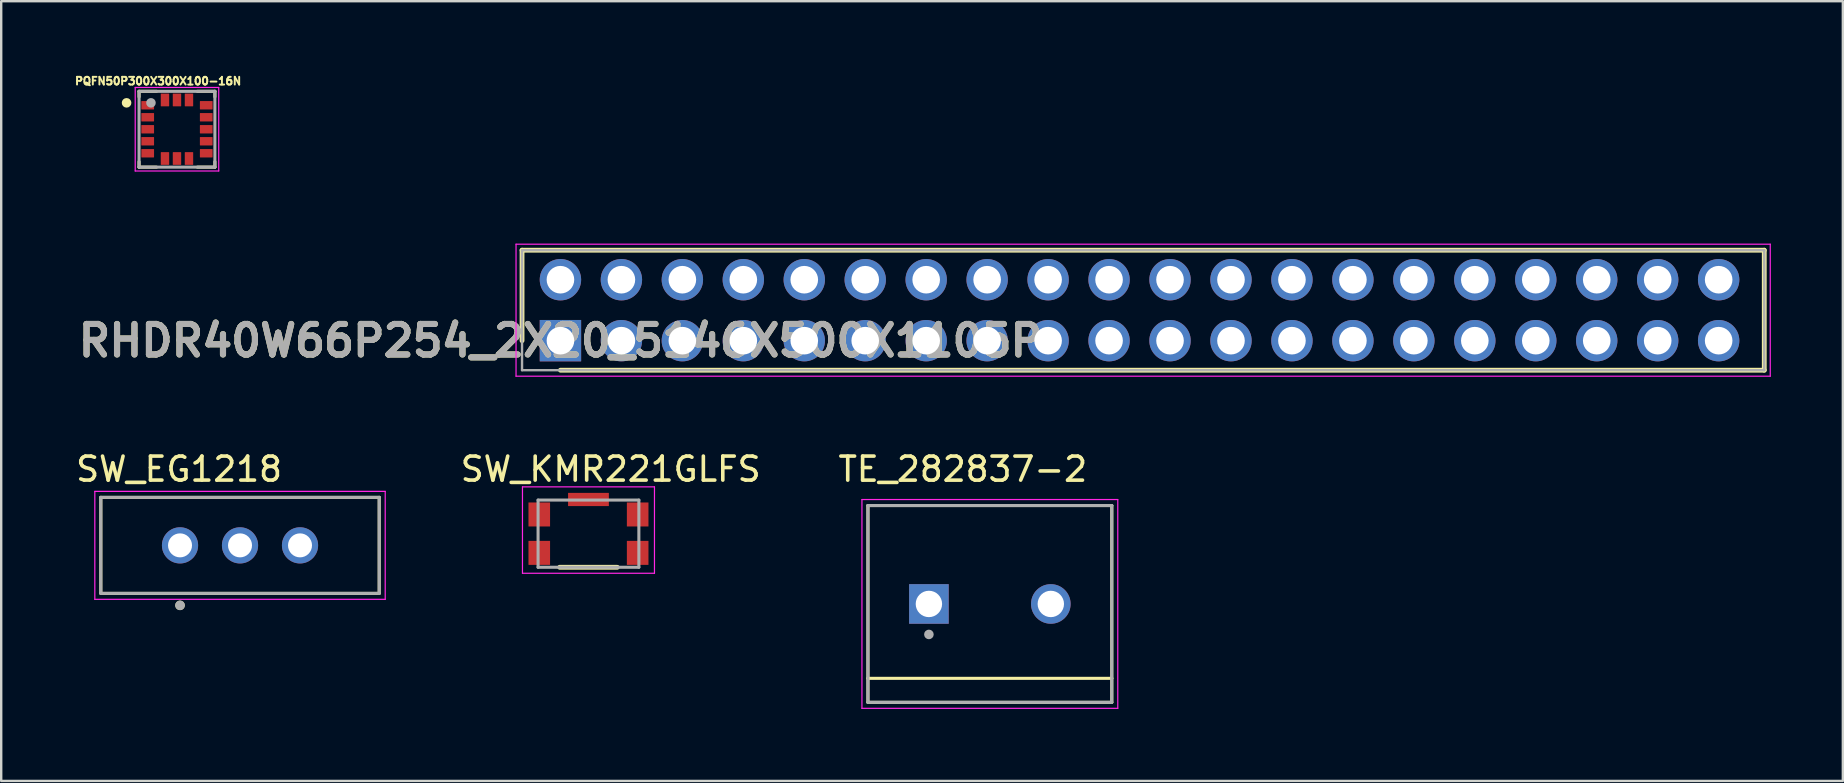
<source format=kicad_pcb>
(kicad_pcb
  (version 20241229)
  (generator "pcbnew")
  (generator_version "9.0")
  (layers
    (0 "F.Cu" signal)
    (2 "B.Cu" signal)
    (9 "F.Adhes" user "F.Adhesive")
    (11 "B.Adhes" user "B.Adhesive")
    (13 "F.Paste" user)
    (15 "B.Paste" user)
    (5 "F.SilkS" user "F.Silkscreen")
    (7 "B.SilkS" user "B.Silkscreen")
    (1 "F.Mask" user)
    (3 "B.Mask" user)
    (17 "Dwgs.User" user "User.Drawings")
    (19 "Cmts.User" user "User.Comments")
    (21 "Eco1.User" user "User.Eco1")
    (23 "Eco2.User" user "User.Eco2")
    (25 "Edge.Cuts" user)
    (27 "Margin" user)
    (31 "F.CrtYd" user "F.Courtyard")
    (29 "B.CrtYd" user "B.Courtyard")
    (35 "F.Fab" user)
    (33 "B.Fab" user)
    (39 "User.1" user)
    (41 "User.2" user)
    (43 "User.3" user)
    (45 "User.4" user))
  (footprint "RHDR40W66P254_2X20_5146X500X1105P"
    (layer "F.Cu")
    (at 20.302 11.145)
    (property "Reference" "RHDR40W66P254_2X20_5146X500X1105P" (at 0 0 0) (layer "F.SilkS") (effects (font (size 1.27 1.27) (thickness 0.254))))
    (attr through_hole)
    (fp_line (start -1.6 -3.77) (end -1.6 0) (stroke (width 0.2) (type solid)) (layer "F.SilkS"))
    (fp_line (start 0 1.23) (end 50.16 1.23) (stroke (width 0.2) (type solid)) (layer "F.SilkS"))
    (fp_line (start 50.16 -3.77) (end -1.6 -3.77) (stroke (width 0.2) (type solid)) (layer "F.SilkS"))
    (fp_line (start 50.16 1.23) (end 50.16 -3.77) (stroke (width 0.2) (type solid)) (layer "F.SilkS"))
    (fp_line (start -1.85 -4.02) (end 50.41 -4.02) (stroke (width 0.05) (type solid)) (layer "F.CrtYd"))
    (fp_line (start -1.85 1.48) (end -1.85 -4.02) (stroke (width 0.05) (type solid)) (layer "F.CrtYd"))
    (fp_line (start 50.41 -4.02) (end 50.41 1.48) (stroke (width 0.05) (type solid)) (layer "F.CrtYd"))
    (fp_line (start 50.41 1.48) (end -1.85 1.48) (stroke (width 0.05) (type solid)) (layer "F.CrtYd"))
    (fp_line (start -1.6 -3.77) (end 50.16 -3.77) (stroke (width 0.1) (type solid)) (layer "F.Fab"))
    (fp_line (start -1.6 1.23) (end -1.6 -3.77) (stroke (width 0.1) (type solid)) (layer "F.Fab"))
    (fp_line (start 50.16 -3.77) (end 50.16 1.23) (stroke (width 0.1) (type solid)) (layer "F.Fab"))
    (fp_line (start 50.16 1.23) (end -1.6 1.23) (stroke (width 0.1) (type solid)) (layer "F.Fab"))
    (fp_text user "${REFERENCE}" (at 0 0 0) (layer "F.Fab") (effects (font (size 1.27 1.27) (thickness 0.254))))
    (pad "1" thru_hole rect (at 0 0) (size 1.725 1.725) (drill 1.15) (layers "*.Cu" "*.Mask"))
    (pad "2" thru_hole circle (at 0 -2.54) (size 1.725 1.725) (drill 1.15) (layers "*.Cu" "*.Mask"))
    (pad "3" thru_hole circle (at 2.54 0) (size 1.725 1.725) (drill 1.15) (layers "*.Cu" "*.Mask"))
    (pad "4" thru_hole circle (at 2.54 -2.54) (size 1.725 1.725) (drill 1.15) (layers "*.Cu" "*.Mask"))
    (pad "5" thru_hole circle (at 5.08 0) (size 1.725 1.725) (drill 1.15) (layers "*.Cu" "*.Mask"))
    (pad "6" thru_hole circle (at 5.08 -2.54) (size 1.725 1.725) (drill 1.15) (layers "*.Cu" "*.Mask"))
    (pad "7" thru_hole circle (at 7.62 0) (size 1.725 1.725) (drill 1.15) (layers "*.Cu" "*.Mask"))
    (pad "8" thru_hole circle (at 7.62 -2.54) (size 1.725 1.725) (drill 1.15) (layers "*.Cu" "*.Mask"))
    (pad "9" thru_hole circle (at 10.16 0) (size 1.725 1.725) (drill 1.15) (layers "*.Cu" "*.Mask"))
    (pad "10" thru_hole circle (at 10.16 -2.54) (size 1.725 1.725) (drill 1.15) (layers "*.Cu" "*.Mask"))
    (pad "11" thru_hole circle (at 12.7 0) (size 1.725 1.725) (drill 1.15) (layers "*.Cu" "*.Mask"))
    (pad "12" thru_hole circle (at 12.7 -2.54) (size 1.725 1.725) (drill 1.15) (layers "*.Cu" "*.Mask"))
    (pad "13" thru_hole circle (at 15.24 0) (size 1.725 1.725) (drill 1.15) (layers "*.Cu" "*.Mask"))
    (pad "14" thru_hole circle (at 15.24 -2.54) (size 1.725 1.725) (drill 1.15) (layers "*.Cu" "*.Mask"))
    (pad "15" thru_hole circle (at 17.78 0) (size 1.725 1.725) (drill 1.15) (layers "*.Cu" "*.Mask"))
    (pad "16" thru_hole circle (at 17.78 -2.54) (size 1.725 1.725) (drill 1.15) (layers "*.Cu" "*.Mask"))
    (pad "17" thru_hole circle (at 20.32 0) (size 1.725 1.725) (drill 1.15) (layers "*.Cu" "*.Mask"))
    (pad "18" thru_hole circle (at 20.32 -2.54) (size 1.725 1.725) (drill 1.15) (layers "*.Cu" "*.Mask"))
    (pad "19" thru_hole circle (at 22.86 0) (size 1.725 1.725) (drill 1.15) (layers "*.Cu" "*.Mask"))
    (pad "20" thru_hole circle (at 22.86 -2.54) (size 1.725 1.725) (drill 1.15) (layers "*.Cu" "*.Mask"))
    (pad "21" thru_hole circle (at 25.4 0) (size 1.725 1.725) (drill 1.15) (layers "*.Cu" "*.Mask"))
    (pad "22" thru_hole circle (at 25.4 -2.54) (size 1.725 1.725) (drill 1.15) (layers "*.Cu" "*.Mask"))
    (pad "23" thru_hole circle (at 27.94 0) (size 1.725 1.725) (drill 1.15) (layers "*.Cu" "*.Mask"))
    (pad "24" thru_hole circle (at 27.94 -2.54) (size 1.725 1.725) (drill 1.15) (layers "*.Cu" "*.Mask"))
    (pad "25" thru_hole circle (at 30.48 0) (size 1.725 1.725) (drill 1.15) (layers "*.Cu" "*.Mask"))
    (pad "26" thru_hole circle (at 30.48 -2.54) (size 1.725 1.725) (drill 1.15) (layers "*.Cu" "*.Mask"))
    (pad "27" thru_hole circle (at 33.02 0) (size 1.725 1.725) (drill 1.15) (layers "*.Cu" "*.Mask"))
    (pad "28" thru_hole circle (at 33.02 -2.54) (size 1.725 1.725) (drill 1.15) (layers "*.Cu" "*.Mask"))
    (pad "29" thru_hole circle (at 35.56 0) (size 1.725 1.725) (drill 1.15) (layers "*.Cu" "*.Mask"))
    (pad "30" thru_hole circle (at 35.56 -2.54) (size 1.725 1.725) (drill 1.15) (layers "*.Cu" "*.Mask"))
    (pad "31" thru_hole circle (at 38.1 0) (size 1.725 1.725) (drill 1.15) (layers "*.Cu" "*.Mask"))
    (pad "32" thru_hole circle (at 38.1 -2.54) (size 1.725 1.725) (drill 1.15) (layers "*.Cu" "*.Mask"))
    (pad "33" thru_hole circle (at 40.64 0) (size 1.725 1.725) (drill 1.15) (layers "*.Cu" "*.Mask"))
    (pad "34" thru_hole circle (at 40.64 -2.54) (size 1.725 1.725) (drill 1.15) (layers "*.Cu" "*.Mask"))
    (pad "35" thru_hole circle (at 43.18 0) (size 1.725 1.725) (drill 1.15) (layers "*.Cu" "*.Mask"))
    (pad "36" thru_hole circle (at 43.18 -2.54) (size 1.725 1.725) (drill 1.15) (layers "*.Cu" "*.Mask"))
    (pad "37" thru_hole circle (at 45.72 0) (size 1.725 1.725) (drill 1.15) (layers "*.Cu" "*.Mask"))
    (pad "38" thru_hole circle (at 45.72 -2.54) (size 1.725 1.725) (drill 1.15) (layers "*.Cu" "*.Mask"))
    (pad "39" thru_hole circle (at 48.26 0) (size 1.725 1.725) (drill 1.15) (layers "*.Cu" "*.Mask"))
    (pad "40" thru_hole circle (at 48.26 -2.54) (size 1.725 1.725) (drill 1.15) (layers "*.Cu" "*.Mask")))
  (footprint "SW_KMR221GLFS"
    (layer "F.Cu")
    (at 21.47 19.187)
    (property "Reference" "SW_KMR221GLFS" (at 0.926 -2.688 0) (layer "F.SilkS") (effects (font (size 1.001 1.001) (thickness 0.15))))
    (attr smd)
    (fp_line (start -1.2 1.4) (end 1.2 1.4) (stroke (width 0.2) (type solid)) (layer "F.SilkS"))
    (fp_line (start -2.75 -1.95) (end 2.75 -1.95) (stroke (width 0.05) (type solid)) (layer "F.CrtYd"))
    (fp_line (start -2.75 1.65) (end -2.75 -1.95) (stroke (width 0.05) (type solid)) (layer "F.CrtYd"))
    (fp_line (start 2.75 -1.95) (end 2.75 1.65) (stroke (width 0.05) (type solid)) (layer "F.CrtYd"))
    (fp_line (start 2.75 1.65) (end -2.75 1.65) (stroke (width 0.05) (type solid)) (layer "F.CrtYd"))
    (fp_line (start -2.1 -1.4) (end 2.1 -1.4) (stroke (width 0.127) (type solid)) (layer "F.Fab"))
    (fp_line (start -2.1 1.4) (end -2.1 -1.4) (stroke (width 0.127) (type solid)) (layer "F.Fab"))
    (fp_line (start 2.1 -1.4) (end 2.1 1.4) (stroke (width 0.127) (type solid)) (layer "F.Fab"))
    (fp_line (start 2.1 1.4) (end -2.1 1.4) (stroke (width 0.127) (type solid)) (layer "F.Fab"))
    (pad "1" smd rect (at -2.05 -0.8) (size 0.9 1) (layers "F.Cu" "F.Mask" "F.Paste"))
    (pad "2" smd rect (at -2.05 0.8) (size 0.9 1) (layers "F.Cu" "F.Mask" "F.Paste"))
    (pad "3" smd rect (at 2.05 0.8) (size 0.9 1) (layers "F.Cu" "F.Mask" "F.Paste"))
    (pad "4" smd rect (at 2.05 -0.8) (size 0.9 1) (layers "F.Cu" "F.Mask" "F.Paste"))
    (pad "5" smd rect (at 0 -1.425) (size 1.7 0.55) (layers "F.Cu" "F.Mask" "F.Paste")))
  (footprint "PQFN50P300X300X100-16N"
    (layer "F.Cu")
    (at 4.324 2.335)
    (property "Reference" "PQFN50P300X300X100-16N" (at -0.786 -2.007 0) (layer "F.SilkS") (effects (font (size 0.321 0.321) (thickness 0.15))))
    (attr smd)
    (fp_line (start -1.58 -1.58) (end -0.85 -1.58) (stroke (width 0.127) (type solid)) (layer "F.SilkS"))
    (fp_line (start -1.58 -1.35) (end -1.58 -1.58) (stroke (width 0.127) (type solid)) (layer "F.SilkS"))
    (fp_line (start -1.58 1.35) (end -1.58 1.58) (stroke (width 0.127) (type solid)) (layer "F.SilkS"))
    (fp_line (start -1.58 1.58) (end -0.85 1.58) (stroke (width 0.127) (type solid)) (layer "F.SilkS"))
    (fp_line (start 0.85 -1.58) (end 1.58 -1.58) (stroke (width 0.127) (type solid)) (layer "F.SilkS"))
    (fp_line (start 0.85 1.58) (end 1.58 1.58) (stroke (width 0.127) (type solid)) (layer "F.SilkS"))
    (fp_line (start 1.58 -1.58) (end 1.58 -1.35) (stroke (width 0.127) (type solid)) (layer "F.SilkS"))
    (fp_line (start 1.58 1.58) (end 1.58 1.35) (stroke (width 0.127) (type solid)) (layer "F.SilkS"))
    (fp_circle (center -2.1 -1.1) (end -2 -1.1) (stroke (width 0.2) (type solid)) (fill no) (layer "F.SilkS"))
    (fp_line (start -1.74 -1.74) (end 1.74 -1.74) (stroke (width 0.05) (type solid)) (layer "F.CrtYd"))
    (fp_line (start -1.74 1.74) (end -1.74 -1.74) (stroke (width 0.05) (type solid)) (layer "F.CrtYd"))
    (fp_line (start 1.74 -1.74) (end 1.74 1.74) (stroke (width 0.05) (type solid)) (layer "F.CrtYd"))
    (fp_line (start 1.74 1.74) (end -1.74 1.74) (stroke (width 0.05) (type solid)) (layer "F.CrtYd"))
    (fp_line (start -1.58 -1.58) (end 1.58 -1.58) (stroke (width 0.127) (type solid)) (layer "F.Fab"))
    (fp_line (start -1.58 1.58) (end -1.58 -1.58) (stroke (width 0.127) (type solid)) (layer "F.Fab"))
    (fp_line (start 1.58 -1.58) (end 1.58 1.58) (stroke (width 0.127) (type solid)) (layer "F.Fab"))
    (fp_line (start 1.58 1.58) (end -1.58 1.58) (stroke (width 0.127) (type solid)) (layer "F.Fab"))
    (fp_circle (center -1.084 -1.1) (end -0.984 -1.1) (stroke (width 0.2) (type solid)) (fill no) (layer "F.Fab"))
    (pad "1" smd roundrect (at -1.22 -1) (size 0.53 0.35) (layers "F.Cu" "F.Mask" "F.Paste") (roundrect_rratio 0.045))
    (pad "2" smd roundrect (at -1.22 -0.5) (size 0.53 0.35) (layers "F.Cu" "F.Mask" "F.Paste") (roundrect_rratio 0.045))
    (pad "3" smd roundrect (at -1.22 0) (size 0.53 0.35) (layers "F.Cu" "F.Mask" "F.Paste") (roundrect_rratio 0.045))
    (pad "4" smd roundrect (at -1.22 0.5) (size 0.53 0.35) (layers "F.Cu" "F.Mask" "F.Paste") (roundrect_rratio 0.045))
    (pad "5" smd roundrect (at -1.22 1) (size 0.53 0.35) (layers "F.Cu" "F.Mask" "F.Paste") (roundrect_rratio 0.045))
    (pad "6" smd roundrect (at -0.5 1.22) (size 0.35 0.53) (layers "F.Cu" "F.Mask" "F.Paste") (roundrect_rratio 0.045))
    (pad "7" smd roundrect (at 0 1.22) (size 0.35 0.53) (layers "F.Cu" "F.Mask" "F.Paste") (roundrect_rratio 0.045))
    (pad "8" smd roundrect (at 0.5 1.22) (size 0.35 0.53) (layers "F.Cu" "F.Mask" "F.Paste") (roundrect_rratio 0.045))
    (pad "9" smd roundrect (at 1.22 1) (size 0.53 0.35) (layers "F.Cu" "F.Mask" "F.Paste") (roundrect_rratio 0.045))
    (pad "10" smd roundrect (at 1.22 0.5) (size 0.53 0.35) (layers "F.Cu" "F.Mask" "F.Paste") (roundrect_rratio 0.045))
    (pad "11" smd roundrect (at 1.22 0) (size 0.53 0.35) (layers "F.Cu" "F.Mask" "F.Paste") (roundrect_rratio 0.045))
    (pad "12" smd roundrect (at 1.22 -0.5) (size 0.53 0.35) (layers "F.Cu" "F.Mask" "F.Paste") (roundrect_rratio 0.045))
    (pad "13" smd roundrect (at 1.22 -1) (size 0.53 0.35) (layers "F.Cu" "F.Mask" "F.Paste") (roundrect_rratio 0.045))
    (pad "14" smd roundrect (at 0.5 -1.22) (size 0.35 0.53) (layers "F.Cu" "F.Mask" "F.Paste") (roundrect_rratio 0.045))
    (pad "15" smd roundrect (at 0 -1.22) (size 0.35 0.53) (layers "F.Cu" "F.Mask" "F.Paste") (roundrect_rratio 0.045))
    (pad "16" smd roundrect (at -0.5 -1.22) (size 0.35 0.53) (layers "F.Cu" "F.Mask" "F.Paste") (roundrect_rratio 0.045)))
  (footprint "SW_EG1218"
    (layer "F.Cu")
    (at 6.951 19.674)
    (property "Reference" "SW_EG1218" (at -2.54 -3.175 0) (layer "F.SilkS") (effects (font (size 1 1) (thickness 0.15))))
    (attr through_hole)
    (fp_line (start -5.8 -2) (end 5.8 -2) (stroke (width 0.127) (type solid)) (layer "F.SilkS"))
    (fp_line (start -5.8 2) (end -5.8 -2) (stroke (width 0.127) (type solid)) (layer "F.SilkS"))
    (fp_line (start 5.8 -2) (end 5.8 2) (stroke (width 0.127) (type solid)) (layer "F.SilkS"))
    (fp_line (start 5.8 2) (end -5.8 2) (stroke (width 0.127) (type solid)) (layer "F.SilkS"))
    (fp_circle (center -2.5 2.5) (end -2.4 2.5) (stroke (width 0.2) (type solid)) (fill no) (layer "F.SilkS"))
    (fp_line (start -6.05 -2.25) (end 6.05 -2.25) (stroke (width 0.05) (type solid)) (layer "F.CrtYd"))
    (fp_line (start -6.05 2.25) (end -6.05 -2.25) (stroke (width 0.05) (type solid)) (layer "F.CrtYd"))
    (fp_line (start 6.05 -2.25) (end 6.05 2.25) (stroke (width 0.05) (type solid)) (layer "F.CrtYd"))
    (fp_line (start 6.05 2.25) (end -6.05 2.25) (stroke (width 0.05) (type solid)) (layer "F.CrtYd"))
    (fp_line (start -5.8 -2) (end 5.8 -2) (stroke (width 0.127) (type solid)) (layer "F.Fab"))
    (fp_line (start -5.8 2) (end -5.8 -2) (stroke (width 0.127) (type solid)) (layer "F.Fab"))
    (fp_line (start 5.8 -2) (end 5.8 2) (stroke (width 0.127) (type solid)) (layer "F.Fab"))
    (fp_line (start 5.8 2) (end -5.8 2) (stroke (width 0.127) (type solid)) (layer "F.Fab"))
    (fp_circle (center -2.5 2.5) (end -2.4 2.5) (stroke (width 0.2) (type solid)) (fill no) (layer "F.Fab"))
    (pad "1" thru_hole circle (at -2.5 0) (size 1.508 1.508) (drill 1) (layers "*.Cu" "*.Mask"))
    (pad "2" thru_hole circle (at 0 0) (size 1.508 1.508) (drill 1) (layers "*.Cu" "*.Mask"))
    (pad "3" thru_hole circle (at 2.5 0) (size 1.508 1.508) (drill 1) (layers "*.Cu" "*.Mask")))
  (footprint "TE_282837-2"
    (layer "F.Cu")
    (at 38.195 22.115)
    (property "Reference" "TE_282837-2" (at -1.127 -5.615 0) (layer "F.SilkS") (effects (font (size 1.002 1.002) (thickness 0.15))))
    (attr through_hole)
    (fp_line (start -5.08 -4.1) (end 5.08 -4.1) (stroke (width 0.127) (type solid)) (layer "F.SilkS"))
    (fp_line (start -5.08 3.1) (end -5.08 -4.1) (stroke (width 0.127) (type solid)) (layer "F.SilkS"))
    (fp_line (start -5.08 3.1) (end 5.08 3.1) (stroke (width 0.127) (type solid)) (layer "F.SilkS"))
    (fp_line (start -5.08 4.1) (end -5.08 3.1) (stroke (width 0.127) (type solid)) (layer "F.SilkS"))
    (fp_line (start 5.08 -4.1) (end 5.08 3.1) (stroke (width 0.127) (type solid)) (layer "F.SilkS"))
    (fp_line (start 5.08 3.1) (end 5.08 4.1) (stroke (width 0.127) (type solid)) (layer "F.SilkS"))
    (fp_line (start 5.08 4.1) (end -5.08 4.1) (stroke (width 0.127) (type solid)) (layer "F.SilkS"))
    (fp_line (start -5.33 -4.35) (end 5.33 -4.35) (stroke (width 0.05) (type solid)) (layer "F.CrtYd"))
    (fp_line (start -5.33 4.35) (end -5.33 -4.35) (stroke (width 0.05) (type solid)) (layer "F.CrtYd"))
    (fp_line (start 5.33 -4.35) (end 5.33 4.35) (stroke (width 0.05) (type solid)) (layer "F.CrtYd"))
    (fp_line (start 5.33 4.35) (end -5.33 4.35) (stroke (width 0.05) (type solid)) (layer "F.CrtYd"))
    (fp_line (start -5.08 -4.1) (end 5.08 -4.1) (stroke (width 0.127) (type solid)) (layer "F.Fab"))
    (fp_line (start -5.08 4.1) (end -5.08 -4.1) (stroke (width 0.127) (type solid)) (layer "F.Fab"))
    (fp_line (start 5.08 -4.1) (end 5.08 4.1) (stroke (width 0.127) (type solid)) (layer "F.Fab"))
    (fp_line (start 5.08 4.1) (end -5.08 4.1) (stroke (width 0.127) (type solid)) (layer "F.Fab"))
    (fp_circle (center -2.54 1.27) (end -2.44 1.27) (stroke (width 0.2) (type solid)) (fill no) (layer "F.Fab"))
    (pad "1" thru_hole rect (at -2.54 0) (size 1.65 1.65) (drill 1.1) (layers "*.Cu" "*.Mask"))
    (pad "2" thru_hole circle (at 2.54 0) (size 1.65 1.65) (drill 1.1) (layers "*.Cu" "*.Mask")))
  (gr_rect
    (start -3 -3)
    (end 73.737 29.49)
    (stroke (width 0.1) (type default))
    (fill no)
    (layer "Edge.Cuts")))
</source>
